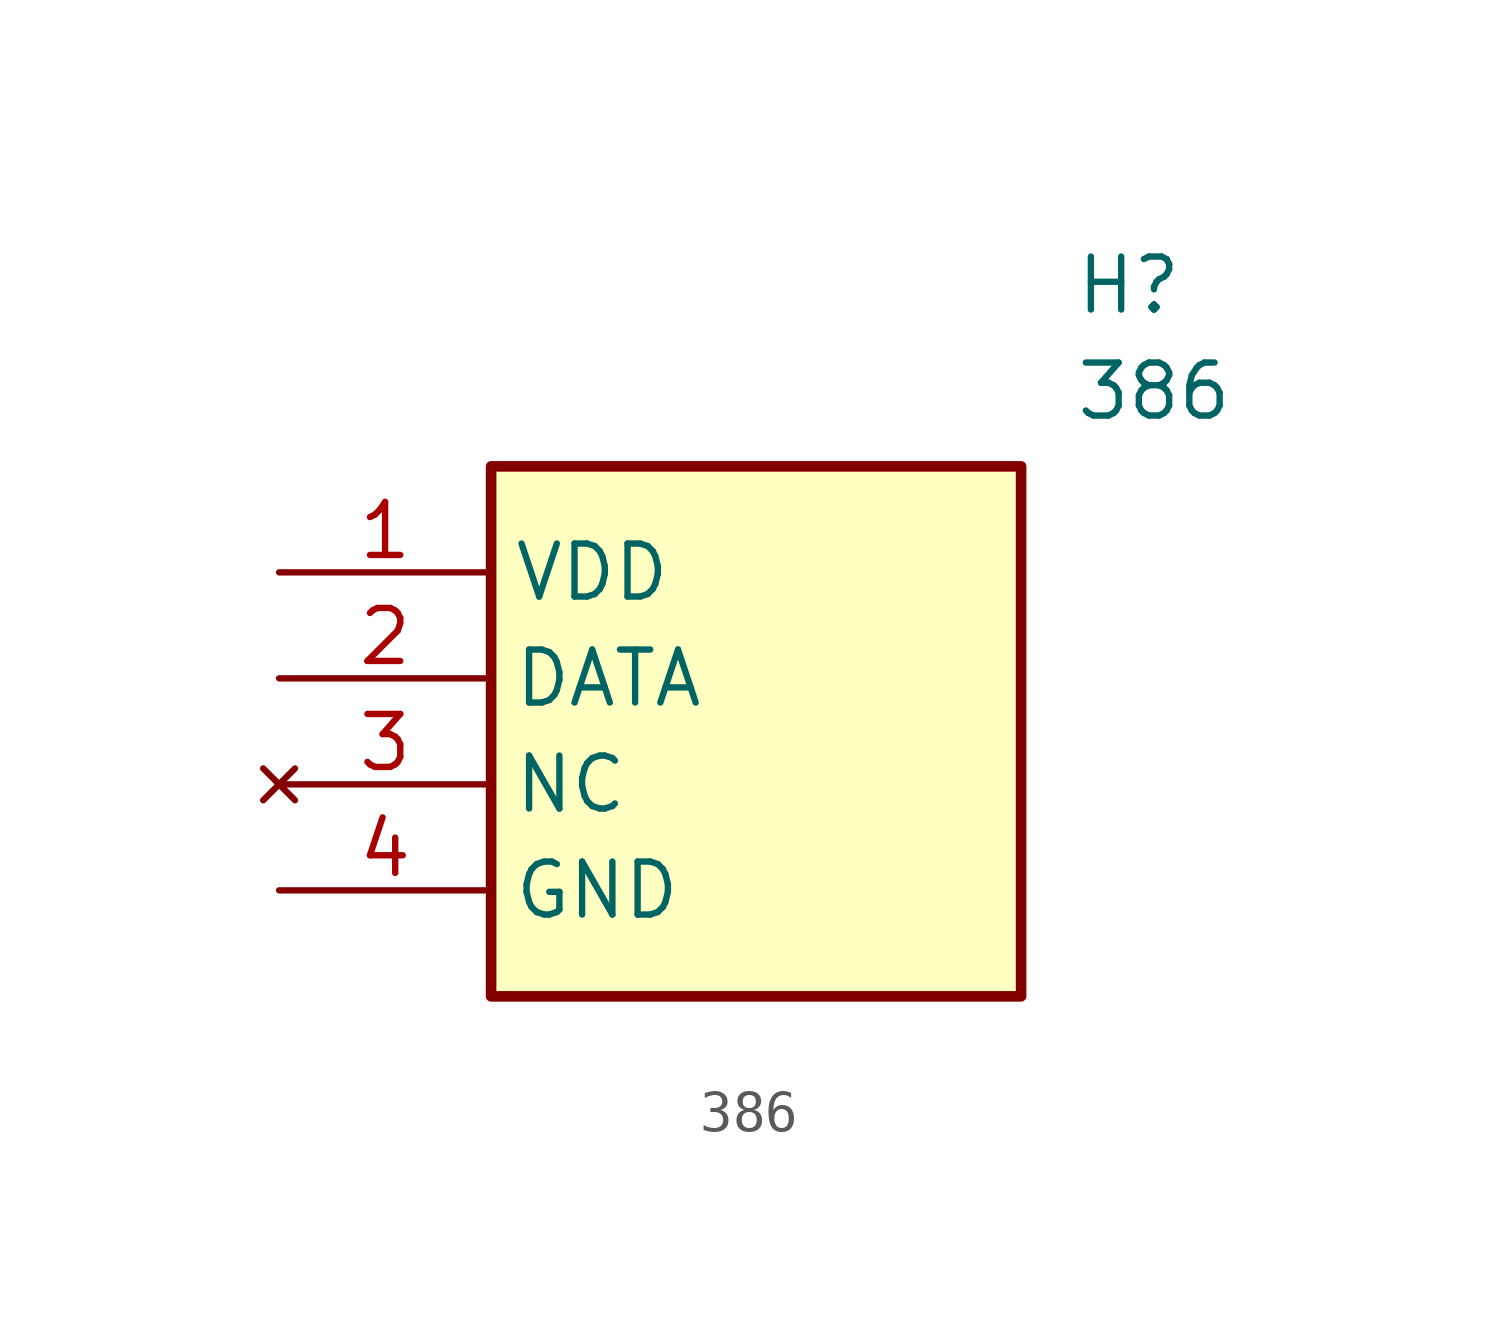
<source format=kicad_sym>
(kicad_symbol_lib
  (version 20211014)
  (generator SamacSys_ECAD_Model)
  (symbol "386"
    (property "Reference" "H"
      (at 19.05 7.62 0)
      (effects (font (size 1.27 1.27)) (justify left top)))
    (property "Value" "386"
      (at 19.05 5.08 0)
      (effects (font (size 1.27 1.27)) (justify left top)))
    (rectangle
      (start 5.08 2.54)
      (end 17.78 -10.16)
      (stroke (width 0.254) (type default))
      (fill (type background)))
    (pin passive line
      (at 0 0 0)
      (length 5.08)
      (name "VDD" (effects (font (size 1.27 1.27))))
      (number "1" (effects (font (size 1.27 1.27)))))
    (pin passive line
      (at 0 -2.54 0)
      (length 5.08)
      (name "DATA" (effects (font (size 1.27 1.27))))
      (number "2" (effects (font (size 1.27 1.27)))))
    (pin no_connect line
      (at 0 -5.08 0)
      (length 5.08)
      (name "NC" (effects (font (size 1.27 1.27))))
      (number "3" (effects (font (size 1.27 1.27)))))
    (pin passive line
      (at 0 -7.62 0)
      (length 5.08)
      (name "GND" (effects (font (size 1.27 1.27))))
      (number "4" (effects (font (size 1.27 1.27)))))))
</source>
